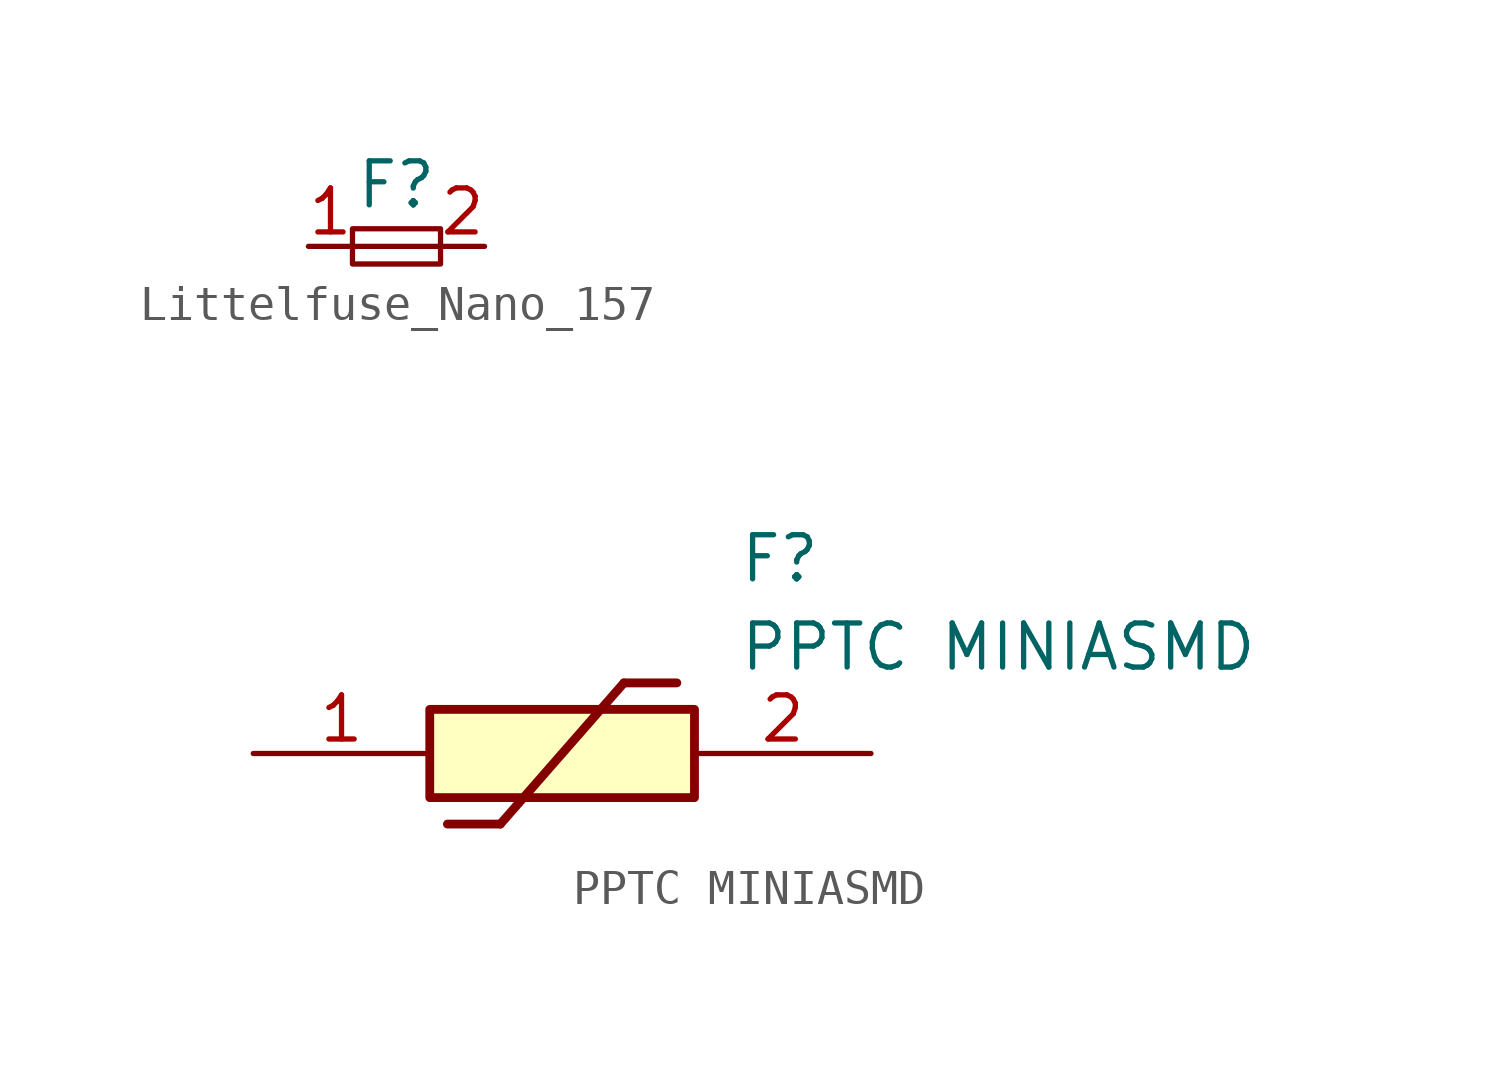
<source format=kicad_sym>
(kicad_symbol_lib
  (version 20241209)
  (generator "kicad_symbol_editor")
  (generator_version "9.0")
  (symbol "Littelfuse_Nano_157"
    (property "Reference" "F"
      (at 0 1.778 0)
      (effects (font (size 1.27 1.27))))
    (property "Value" ""
      (at 0 0 0)
      (effects (font (size 1.27 1.27))))
    (symbol "Littelfuse_Nano_157_0_1"
      (rectangle (start -1.27 0.508) (end 1.27 -0.508) (stroke (width 0) (type default)) (fill (type none)))
      (polyline (pts (xy -1.27 0) (xy 1.27 0)) (stroke (width 0) (type default)) (fill (type none))))
    (symbol "Littelfuse_Nano_157_1_1"
      (pin passive line (at -2.54 0 0) (length 1.27) (name "~" (effects (font (size 1.27 1.27)))) (number "1" (effects (font (size 1.27 1.27)))))
      (pin passive line (at 2.54 0 180) (length 1.27) (name "~" (effects (font (size 1.27 1.27)))) (number "2" (effects (font (size 1.27 1.27)))))))
  (symbol "PPTC MINIASMD"
    (pin_names
      (hide yes))
    (property "Reference" "F"
      (at 13.97 6.35 0)
      (effects (font (size 1.27 1.27)) (justify left top)))
    (property "Value" "PPTC MINIASMD"
      (at 13.97 3.81 0)
      (effects (font (size 1.27 1.27)) (justify left top)))
    (symbol "PPTC MINIASMD_1_1"
      (rectangle (start 5.08 1.27) (end 12.7 -1.27) (stroke (width 0.254) (type default)) (fill (type background)))
      (polyline (pts (xy 5.588 -2.032) (xy 7.112 -2.032)) (stroke (width 0.254) (type default)) (fill (type none)))
      (polyline (pts (xy 10.668 2.032) (xy 7.112 -2.032)) (stroke (width 0.254) (type default)) (fill (type none)))
      (polyline (pts (xy 10.668 2.032) (xy 12.192 2.032)) (stroke (width 0.254) (type default)) (fill (type none)))
      (pin passive line (at 0 0 0) (length 5.08) (name "1" (effects (font (size 1.27 1.27)))) (number "1" (effects (font (size 1.27 1.27)))))
      (pin passive line (at 17.78 0 180) (length 5.08) (name "2" (effects (font (size 1.27 1.27)))) (number "2" (effects (font (size 1.27 1.27))))))))
</source>
